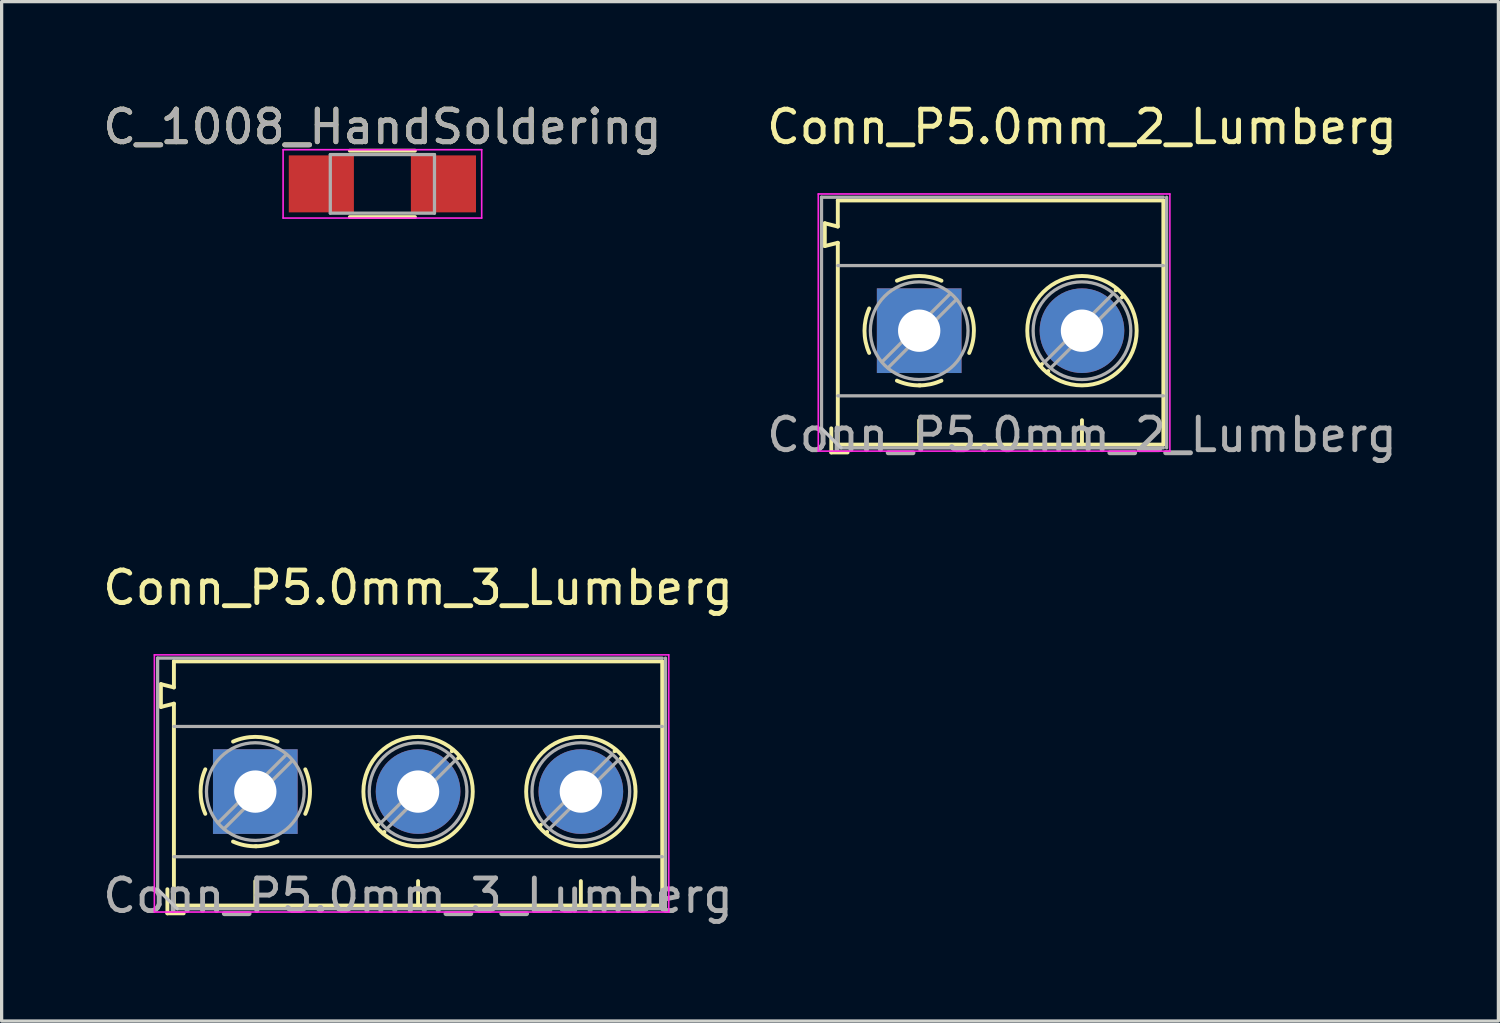
<source format=kicad_pcb>
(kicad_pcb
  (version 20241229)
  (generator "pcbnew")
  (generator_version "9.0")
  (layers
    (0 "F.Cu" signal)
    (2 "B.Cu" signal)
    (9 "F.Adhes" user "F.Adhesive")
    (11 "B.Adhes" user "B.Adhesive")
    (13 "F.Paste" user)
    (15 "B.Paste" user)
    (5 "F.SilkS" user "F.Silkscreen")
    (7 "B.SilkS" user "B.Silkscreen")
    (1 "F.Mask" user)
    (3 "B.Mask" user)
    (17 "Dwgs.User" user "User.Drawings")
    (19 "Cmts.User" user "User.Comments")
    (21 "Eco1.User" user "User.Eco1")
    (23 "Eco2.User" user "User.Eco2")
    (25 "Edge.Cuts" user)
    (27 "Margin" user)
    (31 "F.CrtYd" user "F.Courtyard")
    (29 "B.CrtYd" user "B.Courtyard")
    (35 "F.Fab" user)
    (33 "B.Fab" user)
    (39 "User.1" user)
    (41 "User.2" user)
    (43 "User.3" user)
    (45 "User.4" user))
  (footprint "Conn_P5.0mm_3_Lumberg"
    (layer "F.Cu")
    (at 4.792 21.265)
    (property "Reference" "Conn_P5.0mm_3_Lumberg" (at 5 -6.26 0) (layer "F.SilkS") (effects (font (size 1 1) (thickness 0.15))))
    (attr through_hole)
    (fp_line (start -2.9 -3.3) (end -2.5 -3.2) (stroke (width 0.12) (type default)) (layer "F.SilkS"))
    (fp_line (start -2.9 -2.6) (end -2.9 -3.3) (stroke (width 0.12) (type default)) (layer "F.SilkS"))
    (fp_line (start -2.7 3) (end -2.7 3.74) (stroke (width 0.12) (type solid)) (layer "F.SilkS"))
    (fp_line (start -2.7 3.74) (end -2.2 3.74) (stroke (width 0.12) (type solid)) (layer "F.SilkS"))
    (fp_line (start -2.5 -4) (end 12.5 -4) (stroke (width 0.12) (type solid)) (layer "F.SilkS"))
    (fp_line (start -2.5 -3.2) (end -2.5 -4) (stroke (width 0.12) (type default)) (layer "F.SilkS"))
    (fp_line (start -2.5 -2.7) (end -2.9 -2.6) (stroke (width 0.12) (type default)) (layer "F.SilkS"))
    (fp_line (start -2.5 -2.7) (end -2.5 3.5) (stroke (width 0.12) (type solid)) (layer "F.SilkS"))
    (fp_line (start -2.5 3.5) (end 12.5 3.5) (stroke (width 0.12) (type solid)) (layer "F.SilkS"))
    (fp_line (start 0 3.5) (end 0 2.75) (stroke (width 0.12) (type solid)) (layer "F.SilkS"))
    (fp_line (start 3.773 1.023) (end 3.726 1.069) (stroke (width 0.12) (type solid)) (layer "F.SilkS"))
    (fp_line (start 3.966 1.239) (end 3.931 1.274) (stroke (width 0.12) (type solid)) (layer "F.SilkS"))
    (fp_line (start 5 3.5) (end 5 2.75) (stroke (width 0.12) (type solid)) (layer "F.SilkS"))
    (fp_line (start 6.07 -1.275) (end 6.035 -1.239) (stroke (width 0.12) (type solid)) (layer "F.SilkS"))
    (fp_line (start 6.275 -1.069) (end 6.228 -1.023) (stroke (width 0.12) (type solid)) (layer "F.SilkS"))
    (fp_line (start 8.773 1.023) (end 8.726 1.069) (stroke (width 0.12) (type solid)) (layer "F.SilkS"))
    (fp_line (start 8.966 1.239) (end 8.931 1.274) (stroke (width 0.12) (type solid)) (layer "F.SilkS"))
    (fp_line (start 10 3.5) (end 10 2.75) (stroke (width 0.12) (type solid)) (layer "F.SilkS"))
    (fp_line (start 11.07 -1.275) (end 11.035 -1.239) (stroke (width 0.12) (type solid)) (layer "F.SilkS"))
    (fp_line (start 11.275 -1.069) (end 11.228 -1.023) (stroke (width 0.12) (type solid)) (layer "F.SilkS"))
    (fp_line (start 12.5 -4) (end 12.5 3.5) (stroke (width 0.12) (type solid)) (layer "F.SilkS"))
    (fp_arc (start -1.535427 0.683042) (mid -1.680501 -0.000524) (end -1.535 -0.684) (stroke (width 0.12) (type solid)) (layer "F.SilkS"))
    (fp_arc (start -0.683042 -1.535427) (mid 0.000524 -1.680501) (end 0.684 -1.535) (stroke (width 0.12) (type solid)) (layer "F.SilkS"))
    (fp_arc (start 0.028805 1.680253) (mid -0.335551 1.646659) (end -0.684 1.535) (stroke (width 0.12) (type solid)) (layer "F.SilkS"))
    (fp_arc (start 0.683318 1.534756) (mid 0.349292 1.643288) (end 0 1.68) (stroke (width 0.12) (type solid)) (layer "F.SilkS"))
    (fp_arc (start 1.535427 -0.683042) (mid 1.680501 0.000524) (end 1.535 0.684) (stroke (width 0.12) (type solid)) (layer "F.SilkS"))
    (fp_circle (center 5 0) (end 6.68 0) (stroke (width 0.12) (type solid)) (fill no) (layer "F.SilkS"))
    (fp_circle (center 10 0) (end 11.68 0) (stroke (width 0.12) (type solid)) (fill no) (layer "F.SilkS"))
    (fp_line (start -2.4 3.6) (end -3 3) (stroke (width 0.1) (type default)) (layer "Dwgs.User"))
    (fp_line (start -3.1 -4.2) (end -3.1 3.7) (stroke (width 0.05) (type solid)) (layer "F.CrtYd"))
    (fp_line (start -3.1 3.7) (end 12.7 3.7) (stroke (width 0.05) (type solid)) (layer "F.CrtYd"))
    (fp_line (start 12.7 -4.2) (end -3.1 -4.2) (stroke (width 0.05) (type solid)) (layer "F.CrtYd"))
    (fp_line (start 12.7 3.7) (end 12.7 -4.2) (stroke (width 0.05) (type solid)) (layer "F.CrtYd"))
    (fp_line (start -3 -4.1) (end 12.5 -4.1) (stroke (width 0.1) (type solid)) (layer "F.Fab"))
    (fp_line (start -3 3) (end -3 -4.1) (stroke (width 0.1) (type solid)) (layer "F.Fab"))
    (fp_line (start -2.5 -2) (end 12.5 -2) (stroke (width 0.1) (type solid)) (layer "F.Fab"))
    (fp_line (start -2.5 2) (end 12.5 2) (stroke (width 0.1) (type solid)) (layer "F.Fab"))
    (fp_line (start 0.955 -1.138) (end -1.138 0.955) (stroke (width 0.1) (type solid)) (layer "F.Fab"))
    (fp_line (start 1.138 -0.955) (end -0.955 1.138) (stroke (width 0.1) (type solid)) (layer "F.Fab"))
    (fp_line (start 5.955 -1.138) (end 3.863 0.955) (stroke (width 0.1) (type solid)) (layer "F.Fab"))
    (fp_line (start 6.138 -0.955) (end 4.046 1.138) (stroke (width 0.1) (type solid)) (layer "F.Fab"))
    (fp_line (start 10.955 -1.138) (end 8.863 0.955) (stroke (width 0.1) (type solid)) (layer "F.Fab"))
    (fp_line (start 11.138 -0.955) (end 9.046 1.138) (stroke (width 0.1) (type solid)) (layer "F.Fab"))
    (fp_line (start 12.5 3.6) (end -2.4 3.6) (stroke (width 0.1) (type solid)) (layer "F.Fab"))
    (fp_line (start 12.6 3.6) (end 12.6 -4.1) (stroke (width 0.1) (type solid)) (layer "F.Fab"))
    (fp_circle (center 0 0) (end 1.5 0) (stroke (width 0.1) (type solid)) (fill no) (layer "F.Fab"))
    (fp_circle (center 5 0) (end 6.5 0) (stroke (width 0.1) (type solid)) (fill no) (layer "F.Fab"))
    (fp_circle (center 10 0) (end 11.5 0) (stroke (width 0.1) (type solid)) (fill no) (layer "F.Fab"))
    (fp_text user "${REFERENCE}" (at 5 3.2 0) (layer "F.Fab") (effects (font (size 1 1) (thickness 0.15))))
    (pad "1" thru_hole rect (at 0 0) (size 2.6 2.6) (drill 1.3) (layers "*.Cu" "*.Mask"))
    (pad "2" thru_hole circle (at 5 0) (size 2.6 2.6) (drill 1.3) (layers "*.Cu" "*.Mask"))
    (pad "3" thru_hole circle (at 10 0) (size 2.6 2.6) (drill 1.3) (layers "*.Cu" "*.Mask")))
  (footprint "C_1008_HandSoldering"
    (layer "F.Cu")
    (at 8.696 2.598)
    (property "Reference" "C_1008_HandSoldering" (at 0 -1.75 0) (layer "F.SilkS") (effects (font (size 1 1) (thickness 0.15))))
    (attr smd)
    (fp_line (start -1 1.02) (end 1 1.02) (stroke (width 0.12) (type solid)) (layer "F.SilkS"))
    (fp_line (start 1 -1.02) (end -1 -1.02) (stroke (width 0.12) (type solid)) (layer "F.SilkS"))
    (fp_line (start -3.05 -1.05) (end -3.05 1.05) (stroke (width 0.05) (type solid)) (layer "F.CrtYd"))
    (fp_line (start -3.05 -1.05) (end 3.05 -1.05) (stroke (width 0.05) (type solid)) (layer "F.CrtYd"))
    (fp_line (start 3.05 1.05) (end -3.05 1.05) (stroke (width 0.05) (type solid)) (layer "F.CrtYd"))
    (fp_line (start 3.05 1.05) (end 3.05 -1.05) (stroke (width 0.05) (type solid)) (layer "F.CrtYd"))
    (fp_line (start -1.6 -0.9) (end 1.6 -0.9) (stroke (width 0.1) (type solid)) (layer "F.Fab"))
    (fp_line (start -1.6 0.9) (end -1.6 -0.9) (stroke (width 0.1) (type solid)) (layer "F.Fab"))
    (fp_line (start 1.6 -0.9) (end 1.6 0.9) (stroke (width 0.1) (type solid)) (layer "F.Fab"))
    (fp_line (start 1.6 0.9) (end -1.6 0.9) (stroke (width 0.1) (type solid)) (layer "F.Fab"))
    (fp_text user "${REFERENCE}" (at 0 -1.75 0) (layer "F.Fab") (effects (font (size 1 1) (thickness 0.15))))
    (pad "1" smd rect (at -1.875 0) (size 2 1.75) (layers "F.Cu" "F.Mask" "F.Paste"))
    (pad "2" smd rect (at 1.875 0) (size 2 1.75) (layers "F.Cu" "F.Mask" "F.Paste")))
  (footprint "Conn_P5.0mm_2_Lumberg"
    (layer "F.Cu")
    (at 25.185 7.108)
    (property "Reference" "Conn_P5.0mm_2_Lumberg" (at 5 -6.26 0) (layer "F.SilkS") (effects (font (size 1 1) (thickness 0.15))))
    (attr through_hole)
    (fp_line (start -2.9 -3.3) (end -2.5 -3.2) (stroke (width 0.12) (type default)) (layer "F.SilkS"))
    (fp_line (start -2.9 -2.6) (end -2.9 -3.3) (stroke (width 0.12) (type default)) (layer "F.SilkS"))
    (fp_line (start -2.7 3) (end -2.7 3.74) (stroke (width 0.12) (type solid)) (layer "F.SilkS"))
    (fp_line (start -2.7 3.74) (end -2.2 3.74) (stroke (width 0.12) (type solid)) (layer "F.SilkS"))
    (fp_line (start -2.5 -4) (end 7.5 -4) (stroke (width 0.12) (type solid)) (layer "F.SilkS"))
    (fp_line (start -2.5 -3.2) (end -2.5 -4) (stroke (width 0.12) (type default)) (layer "F.SilkS"))
    (fp_line (start -2.5 -2.7) (end -2.9 -2.6) (stroke (width 0.12) (type default)) (layer "F.SilkS"))
    (fp_line (start -2.5 -2.7) (end -2.5 3.5) (stroke (width 0.12) (type solid)) (layer "F.SilkS"))
    (fp_line (start -2.5 3.5) (end 7.5 3.5) (stroke (width 0.12) (type solid)) (layer "F.SilkS"))
    (fp_line (start 0 3.5) (end 0 2.75) (stroke (width 0.12) (type solid)) (layer "F.SilkS"))
    (fp_line (start 3.773 1.023) (end 3.726 1.069) (stroke (width 0.12) (type solid)) (layer "F.SilkS"))
    (fp_line (start 3.966 1.239) (end 3.931 1.274) (stroke (width 0.12) (type solid)) (layer "F.SilkS"))
    (fp_line (start 5 3.5) (end 5 2.75) (stroke (width 0.12) (type solid)) (layer "F.SilkS"))
    (fp_line (start 6.07 -1.275) (end 6.035 -1.239) (stroke (width 0.12) (type solid)) (layer "F.SilkS"))
    (fp_line (start 6.275 -1.069) (end 6.228 -1.023) (stroke (width 0.12) (type solid)) (layer "F.SilkS"))
    (fp_line (start 7.5 -4) (end 7.5 3.5) (stroke (width 0.12) (type solid)) (layer "F.SilkS"))
    (fp_arc (start -1.535427 0.683042) (mid -1.680501 -0.000524) (end -1.535 -0.684) (stroke (width 0.12) (type solid)) (layer "F.SilkS"))
    (fp_arc (start -0.683042 -1.535427) (mid 0.000524 -1.680501) (end 0.684 -1.535) (stroke (width 0.12) (type solid)) (layer "F.SilkS"))
    (fp_arc (start 0.028805 1.680253) (mid -0.335551 1.646659) (end -0.684 1.535) (stroke (width 0.12) (type solid)) (layer "F.SilkS"))
    (fp_arc (start 0.683318 1.534756) (mid 0.349292 1.643288) (end 0 1.68) (stroke (width 0.12) (type solid)) (layer "F.SilkS"))
    (fp_arc (start 1.535427 -0.683042) (mid 1.680501 0.000524) (end 1.535 0.684) (stroke (width 0.12) (type solid)) (layer "F.SilkS"))
    (fp_circle (center 5 0) (end 6.68 0) (stroke (width 0.12) (type solid)) (fill no) (layer "F.SilkS"))
    (fp_line (start -2.4 3.6) (end -3 3) (stroke (width 0.1) (type default)) (layer "Dwgs.User"))
    (fp_line (start -3.1 -4.2) (end -3.1 3.7) (stroke (width 0.05) (type solid)) (layer "F.CrtYd"))
    (fp_line (start -3.1 3.7) (end 7.7 3.7) (stroke (width 0.05) (type solid)) (layer "F.CrtYd"))
    (fp_line (start 7.7 -4.2) (end -3.1 -4.2) (stroke (width 0.05) (type solid)) (layer "F.CrtYd"))
    (fp_line (start 7.7 3.7) (end 7.7 -4.2) (stroke (width 0.05) (type solid)) (layer "F.CrtYd"))
    (fp_line (start -3 -4.1) (end 7.5 -4.1) (stroke (width 0.1) (type solid)) (layer "F.Fab"))
    (fp_line (start -3 3) (end -3 -4.1) (stroke (width 0.1) (type solid)) (layer "F.Fab"))
    (fp_line (start -2.5 -2) (end 7.5 -2) (stroke (width 0.1) (type solid)) (layer "F.Fab"))
    (fp_line (start -2.5 2) (end 7.5 2) (stroke (width 0.1) (type solid)) (layer "F.Fab"))
    (fp_line (start 0.955 -1.138) (end -1.138 0.955) (stroke (width 0.1) (type solid)) (layer "F.Fab"))
    (fp_line (start 1.138 -0.955) (end -0.955 1.138) (stroke (width 0.1) (type solid)) (layer "F.Fab"))
    (fp_line (start 5.955 -1.138) (end 3.863 0.955) (stroke (width 0.1) (type solid)) (layer "F.Fab"))
    (fp_line (start 6.138 -0.955) (end 4.046 1.138) (stroke (width 0.1) (type solid)) (layer "F.Fab"))
    (fp_line (start 7.5 3.6) (end -2.4 3.6) (stroke (width 0.1) (type solid)) (layer "F.Fab"))
    (fp_line (start 7.6 3.6) (end 7.6 -4.1) (stroke (width 0.1) (type solid)) (layer "F.Fab"))
    (fp_circle (center 0 0) (end 1.5 0) (stroke (width 0.1) (type solid)) (fill no) (layer "F.Fab"))
    (fp_circle (center 5 0) (end 6.5 0) (stroke (width 0.1) (type solid)) (fill no) (layer "F.Fab"))
    (fp_text user "${REFERENCE}" (at 5 3.2 0) (layer "F.Fab") (effects (font (size 1 1) (thickness 0.15))))
    (pad "1" thru_hole rect (at 0 0) (size 2.6 2.6) (drill 1.3) (layers "*.Cu" "*.Mask"))
    (pad "2" thru_hole circle (at 5 0) (size 2.6 2.6) (drill 1.3) (layers "*.Cu" "*.Mask")))
  (gr_rect
    (start -3 -3)
    (end 42.976 28.313)
    (stroke (width 0.1) (type default))
    (fill no)
    (layer "Edge.Cuts")))
</source>
